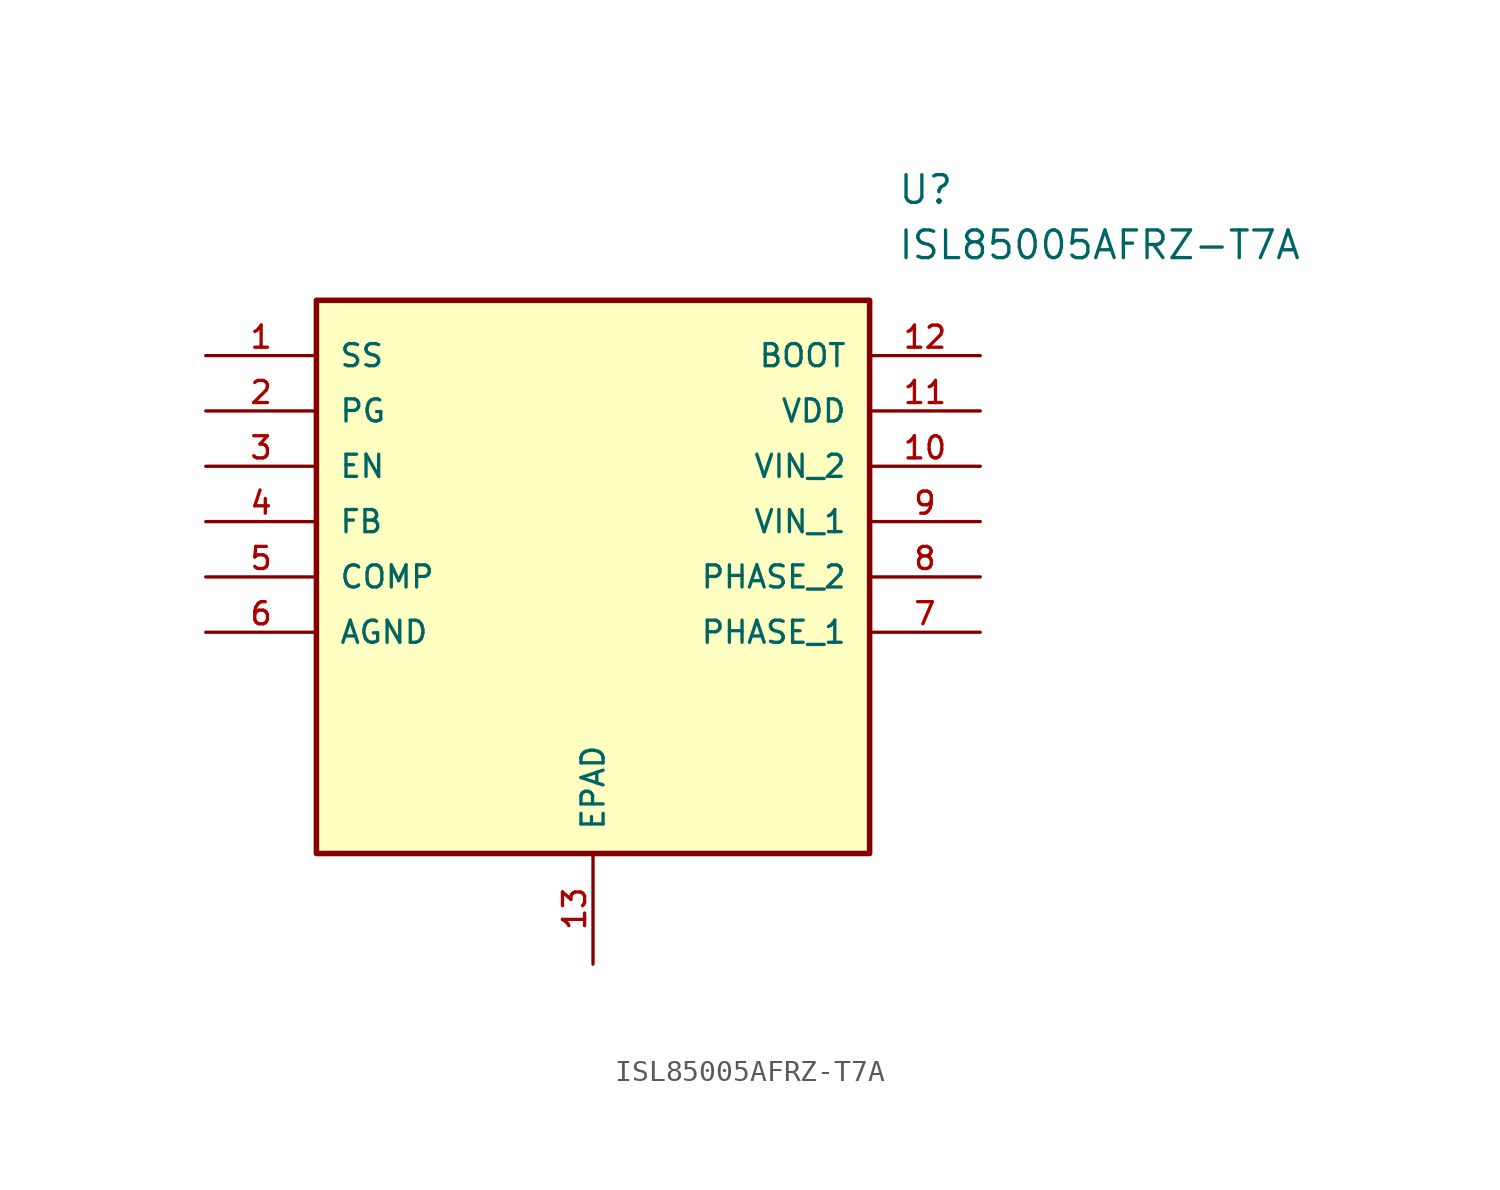
<source format=kicad_sym>
(kicad_symbol_lib
  (version 20211014)
  (generator kicad_symbol_editor)
  (symbol "ISL85005AFRZ-T7A"
    (pin_names
      (offset 1.016))
    (property "Reference" "U"
      (at 31.75 7.62 0)
      (effects (font (size 1.27 1.27)) (justify left)))
    (property "Value" "ISL85005AFRZ-T7A"
      (at 31.75 5.08 0)
      (effects (font (size 1.27 1.27)) (justify left)))
    (symbol "ISL85005AFRZ-T7A_0_0"
      (rectangle (start 5.08 -22.86) (end 30.48 2.54) (stroke (width 0.254)) (fill (type background)))
      (pin bidirectional line (at 0.0 0.0 0) (length 5.08) (name "SS" (effects (font (size 1.016 1.016)))) (number "1" (effects (font (size 1.016 1.016)))))
      (pin bidirectional line (at 0.0 -2.54 0) (length 5.08) (name "PG" (effects (font (size 1.016 1.016)))) (number "2" (effects (font (size 1.016 1.016)))))
      (pin bidirectional line (at 0.0 -5.08 0) (length 5.08) (name "EN" (effects (font (size 1.016 1.016)))) (number "3" (effects (font (size 1.016 1.016)))))
      (pin bidirectional line (at 0.0 -7.62 0) (length 5.08) (name "FB" (effects (font (size 1.016 1.016)))) (number "4" (effects (font (size 1.016 1.016)))))
      (pin bidirectional line (at 0.0 -10.16 0) (length 5.08) (name "COMP" (effects (font (size 1.016 1.016)))) (number "5" (effects (font (size 1.016 1.016)))))
      (pin bidirectional line (at 0.0 -12.7 0) (length 5.08) (name "AGND" (effects (font (size 1.016 1.016)))) (number "6" (effects (font (size 1.016 1.016)))))
      (pin bidirectional line (at 17.78 -27.94 90.0) (length 5.08) (name "EPAD" (effects (font (size 1.016 1.016)))) (number "13" (effects (font (size 1.016 1.016)))))
      (pin bidirectional line (at 35.56 0.0 180.0) (length 5.08) (name "BOOT" (effects (font (size 1.016 1.016)))) (number "12" (effects (font (size 1.016 1.016)))))
      (pin bidirectional line (at 35.56 -2.54 180.0) (length 5.08) (name "VDD" (effects (font (size 1.016 1.016)))) (number "11" (effects (font (size 1.016 1.016)))))
      (pin bidirectional line (at 35.56 -5.08 180.0) (length 5.08) (name "VIN_2" (effects (font (size 1.016 1.016)))) (number "10" (effects (font (size 1.016 1.016)))))
      (pin bidirectional line (at 35.56 -7.62 180.0) (length 5.08) (name "VIN_1" (effects (font (size 1.016 1.016)))) (number "9" (effects (font (size 1.016 1.016)))))
      (pin bidirectional line (at 35.56 -10.16 180.0) (length 5.08) (name "PHASE_2" (effects (font (size 1.016 1.016)))) (number "8" (effects (font (size 1.016 1.016)))))
      (pin bidirectional line (at 35.56 -12.7 180.0) (length 5.08) (name "PHASE_1" (effects (font (size 1.016 1.016)))) (number "7" (effects (font (size 1.016 1.016))))))))
</source>
